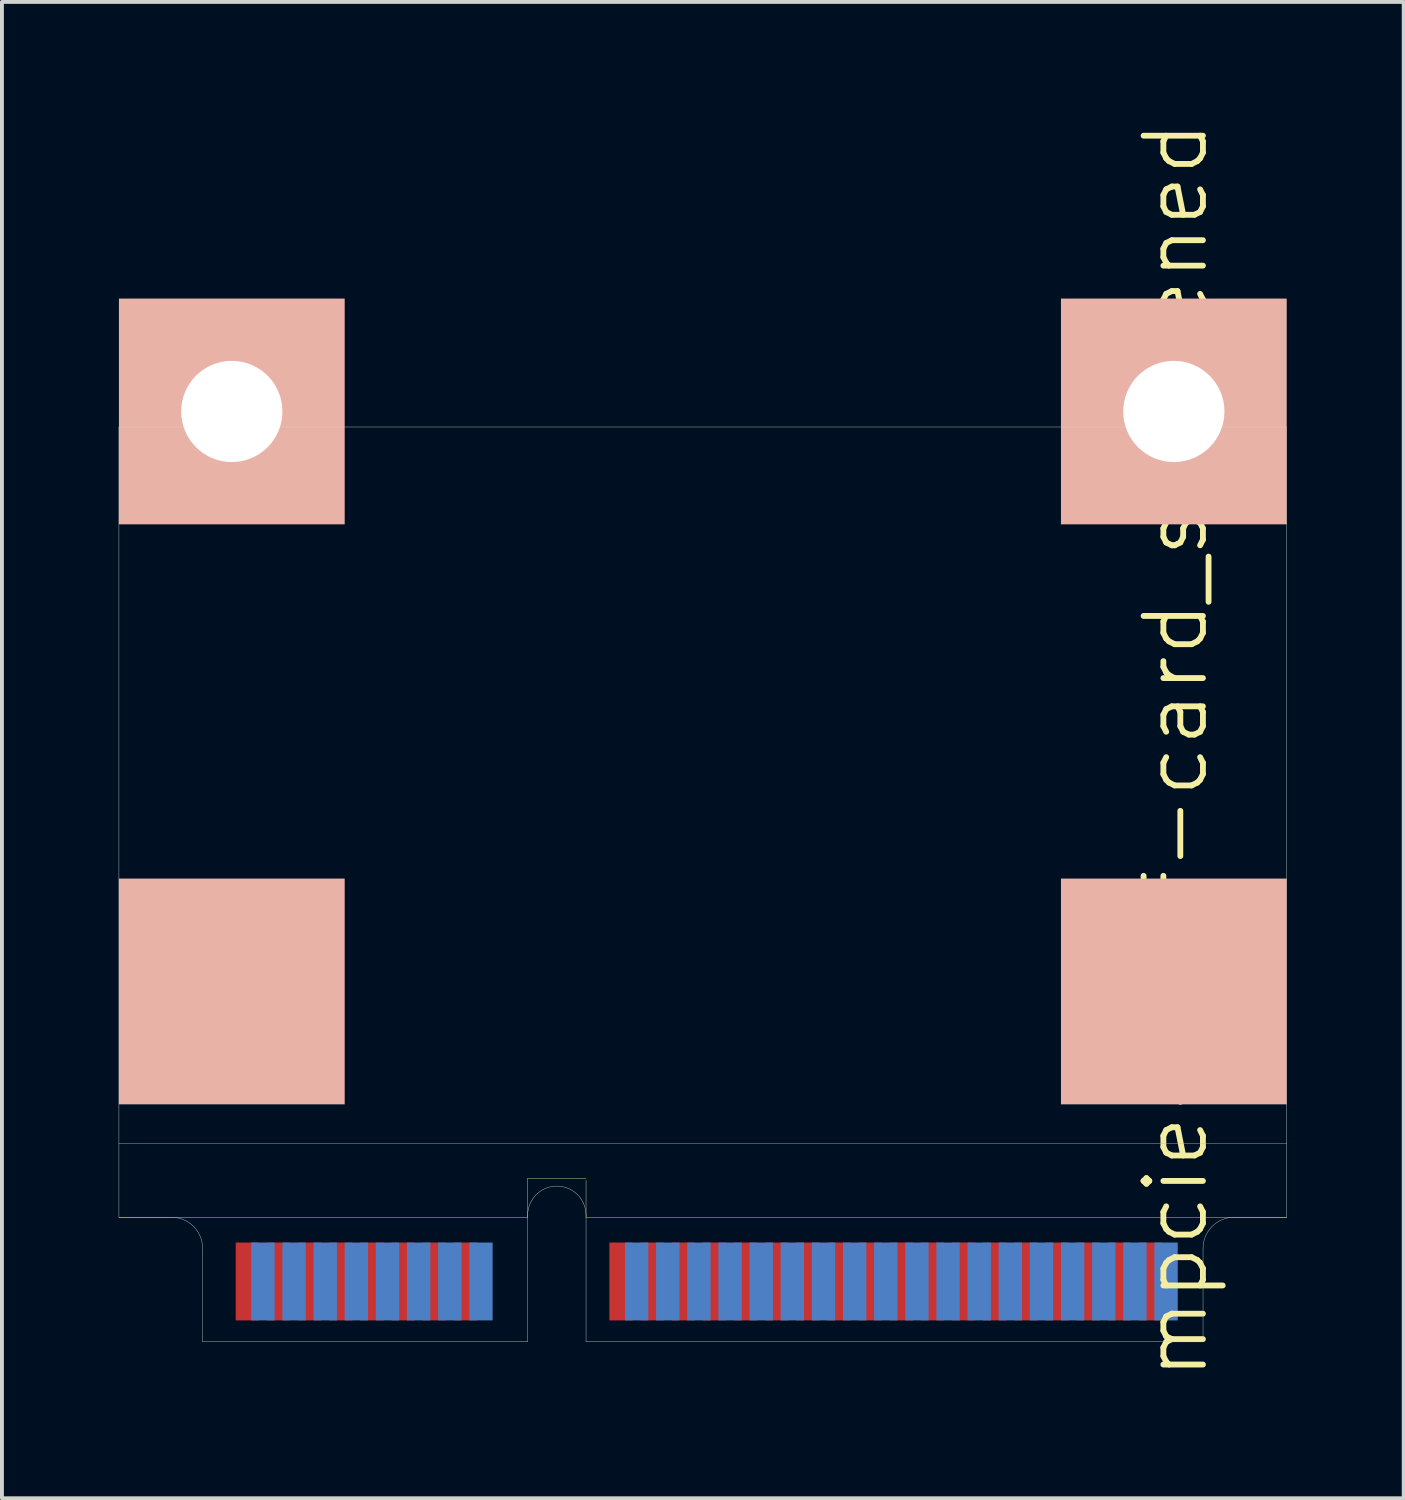
<source format=kicad_pcb>
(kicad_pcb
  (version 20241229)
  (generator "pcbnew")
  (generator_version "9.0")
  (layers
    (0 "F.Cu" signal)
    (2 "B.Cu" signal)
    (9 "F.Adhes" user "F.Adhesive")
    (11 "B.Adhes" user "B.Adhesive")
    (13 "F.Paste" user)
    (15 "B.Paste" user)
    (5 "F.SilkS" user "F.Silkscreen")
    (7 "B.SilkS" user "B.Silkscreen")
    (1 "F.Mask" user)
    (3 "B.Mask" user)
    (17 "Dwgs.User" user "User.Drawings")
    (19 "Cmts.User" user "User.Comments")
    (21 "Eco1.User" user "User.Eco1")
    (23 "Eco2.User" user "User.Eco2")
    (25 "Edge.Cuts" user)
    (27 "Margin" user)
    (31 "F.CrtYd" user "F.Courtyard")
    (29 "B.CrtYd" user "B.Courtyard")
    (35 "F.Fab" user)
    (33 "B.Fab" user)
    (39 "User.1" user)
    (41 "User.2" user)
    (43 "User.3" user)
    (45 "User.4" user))
  (footprint "mpcie-half-card_shortened"
    (layer "F.Cu")
    (at 15.005 31.42)
    (property "Reference" "mpcie-half-card_shortened" (at 12.15 -15.2 90) (layer "F.SilkS") (effects (font (size 1.524 1.524) (thickness 0.15))))
    (attr through_hole)
    (fp_line (start -15 -3.2) (end -4.5 -3.2) (stroke (width 0.01) (type solid)) (layer "F.SilkS"))
    (fp_line (start -4.5 -4.2) (end -3 -4.2) (stroke (width 0.01) (type solid)) (layer "F.SilkS"))
    (fp_line (start -4.5 -3.2) (end -4.5 -4.2) (stroke (width 0.01) (type solid)) (layer "F.SilkS"))
    (fp_line (start -3 -4.15) (end -3 -3.2) (stroke (width 0.01) (type solid)) (layer "F.SilkS"))
    (fp_line (start -3 -3.2) (end 15 -3.2) (stroke (width 0.01) (type solid)) (layer "F.SilkS"))
    (fp_line (start -15 -5.1) (end 15 -5.1) (stroke (width 0.01) (type solid)) (layer "B.SilkS"))
    (fp_line (start -3.75 -4.5) (end -3.75 -0.15) (stroke (width 0.01) (type solid)) (layer "Eco1.User"))
    (fp_line (start 0 0) (end 0 -26.8) (stroke (width 0.01) (type solid)) (layer "Eco1.User"))
    (fp_line (start -15 -23.5) (end -15 -3.2) (stroke (width 0.01) (type solid)) (layer "Edge.Cuts"))
    (fp_line (start -13.65 -3.2) (end -15 -3.2) (stroke (width 0.01) (type solid)) (layer "Edge.Cuts"))
    (fp_line (start -12.85 0) (end -12.85 -2.4) (stroke (width 0.01) (type solid)) (layer "Edge.Cuts"))
    (fp_line (start -4.5 0) (end -12.85 0) (stroke (width 0.01) (type solid)) (layer "Edge.Cuts"))
    (fp_line (start -4.5 0) (end -4.5 -3.25) (stroke (width 0.01) (type solid)) (layer "Edge.Cuts"))
    (fp_line (start -3 0) (end -3 -3.25) (stroke (width 0.01) (type solid)) (layer "Edge.Cuts"))
    (fp_line (start -3 0) (end 12.85 0) (stroke (width 0.01) (type solid)) (layer "Edge.Cuts"))
    (fp_line (start 12.85 0) (end 12.85 -2.4) (stroke (width 0.01) (type solid)) (layer "Edge.Cuts"))
    (fp_line (start 15 -23.5) (end -15 -23.5) (stroke (width 0.01) (type solid)) (layer "Edge.Cuts"))
    (fp_line (start 15 -3.2) (end 13.65 -3.2) (stroke (width 0.01) (type solid)) (layer "Edge.Cuts"))
    (fp_line (start 15 -3.2) (end 15 -23.5) (stroke (width 0.01) (type solid)) (layer "Edge.Cuts"))
    (fp_arc (start -13.65 -3.2) (mid -13.084315 -2.965685) (end -12.85 -2.4) (stroke (width 0.01) (type solid)) (layer "Edge.Cuts"))
    (fp_arc (start -4.5 -3.25) (mid -3.75 -4) (end -3 -3.25) (stroke (width 0.01) (type solid)) (layer "Edge.Cuts"))
    (fp_arc (start 12.85 -2.4) (mid 13.084315 -2.965685) (end 13.65 -3.2) (stroke (width 0.01) (type solid)) (layer "Edge.Cuts"))
    (fp_text user "Center" (at -0.2 -14.35 90) (layer "Eco1.User") (effects (font (size 0.25 0.25) (thickness 0.025))))
    (pad "" np_thru_hole circle (at -12.1 -23.9) (size 2.6 2.6) (drill 2.6) (layers "*.Cu" "*.Mask" "F.SilkS"))
    (pad "" connect rect (at -12.1 -23.9) (size 5.8 5.8) (layers "B.SilkS"))
    (pad "" connect rect (at -12.1 -9) (size 5.8 5.8) (layers "B.SilkS"))
    (pad "" np_thru_hole circle (at 12.1 -23.9) (size 2.6 2.6) (drill 2.6) (layers "*.Cu" "*.Mask" "F.SilkS"))
    (pad "" connect rect (at 12.1 -23.9) (size 5.8 5.8) (layers "B.SilkS"))
    (pad "" connect rect (at 12.1 -9) (size 5.8 5.8) (layers "B.SilkS"))
    (pad "1" smd rect (at -11.7 -1.55) (size 0.6 2) (layers "F.Cu" "F.Mask" "F.Paste"))
    (pad "2" smd rect (at -11.3 -1.55) (size 0.6 2) (layers "B.Cu" "B.Mask" "B.Paste"))
    (pad "3" smd rect (at -10.9 -1.55) (size 0.6 2) (layers "F.Cu" "F.Mask" "F.Paste"))
    (pad "4" smd rect (at -10.5 -1.55) (size 0.6 2) (layers "B.Cu" "B.Mask" "B.Paste"))
    (pad "5" smd rect (at -10.1 -1.55) (size 0.6 2) (layers "F.Cu" "F.Mask" "F.Paste"))
    (pad "6" smd rect (at -9.7 -1.55) (size 0.6 2) (layers "B.Cu" "B.Mask" "B.Paste"))
    (pad "7" smd rect (at -9.3 -1.55) (size 0.6 2) (layers "F.Cu" "F.Mask" "F.Paste"))
    (pad "8" smd rect (at -8.9 -1.55) (size 0.6 2) (layers "B.Cu" "B.Mask" "B.Paste"))
    (pad "9" smd rect (at -8.5 -1.55) (size 0.6 2) (layers "F.Cu" "F.Mask" "F.Paste"))
    (pad "10" smd rect (at -8.1 -1.55) (size 0.6 2) (layers "B.Cu" "B.Mask" "B.Paste"))
    (pad "11" smd rect (at -7.7 -1.55) (size 0.6 2) (layers "F.Cu" "F.Mask" "F.Paste"))
    (pad "12" smd rect (at -7.3 -1.55) (size 0.6 2) (layers "B.Cu" "B.Mask" "B.Paste"))
    (pad "13" smd rect (at -6.9 -1.55) (size 0.6 2) (layers "F.Cu" "F.Mask" "F.Paste"))
    (pad "14" smd rect (at -6.5 -1.55) (size 0.6 2) (layers "B.Cu" "B.Mask" "B.Paste"))
    (pad "15" smd rect (at -6.1 -1.55) (size 0.6 2) (layers "F.Cu" "F.Mask" "F.Paste"))
    (pad "16" smd rect (at -5.7 -1.55) (size 0.6 2) (layers "B.Cu" "B.Mask" "B.Paste"))
    (pad "17" smd rect (at -2.1 -1.55) (size 0.6 2) (layers "F.Cu" "F.Mask" "F.Paste"))
    (pad "18" smd rect (at -1.7 -1.55) (size 0.6 2) (layers "B.Cu" "B.Mask" "B.Paste"))
    (pad "19" smd rect (at -1.3 -1.55) (size 0.6 2) (layers "F.Cu" "F.Mask" "F.Paste"))
    (pad "20" smd rect (at -0.9 -1.55) (size 0.6 2) (layers "B.Cu" "B.Mask" "B.Paste"))
    (pad "21" smd rect (at -0.5 -1.55) (size 0.6 2) (layers "F.Cu" "F.Mask" "F.Paste"))
    (pad "22" smd rect (at -0.1 -1.55) (size 0.6 2) (layers "B.Cu" "B.Mask" "B.Paste"))
    (pad "23" smd rect (at 0.3 -1.55) (size 0.6 2) (layers "F.Cu" "F.Mask" "F.Paste"))
    (pad "24" smd rect (at 0.7 -1.55) (size 0.6 2) (layers "B.Cu" "B.Mask" "B.Paste"))
    (pad "25" smd rect (at 1.1 -1.55) (size 0.6 2) (layers "F.Cu" "F.Mask" "F.Paste"))
    (pad "26" smd rect (at 1.5 -1.55) (size 0.6 2) (layers "B.Cu" "B.Mask" "B.Paste"))
    (pad "27" smd rect (at 1.9 -1.55) (size 0.6 2) (layers "F.Cu" "F.Mask" "F.Paste"))
    (pad "28" smd rect (at 2.3 -1.55) (size 0.6 2) (layers "B.Cu" "B.Mask" "B.Paste"))
    (pad "29" smd rect (at 2.7 -1.55) (size 0.6 2) (layers "F.Cu" "F.Mask" "F.Paste"))
    (pad "30" smd rect (at 3.1 -1.55) (size 0.6 2) (layers "B.Cu" "B.Mask" "B.Paste"))
    (pad "31" smd rect (at 3.5 -1.55) (size 0.6 2) (layers "F.Cu" "F.Mask" "F.Paste"))
    (pad "32" smd rect (at 3.9 -1.55) (size 0.6 2) (layers "B.Cu" "B.Mask" "B.Paste"))
    (pad "33" smd rect (at 4.3 -1.55) (size 0.6 2) (layers "F.Cu" "F.Mask" "F.Paste"))
    (pad "34" smd rect (at 4.7 -1.55) (size 0.6 2) (layers "B.Cu" "B.Mask" "B.Paste"))
    (pad "35" smd rect (at 5.1 -1.55) (size 0.6 2) (layers "F.Cu" "F.Mask" "F.Paste"))
    (pad "36" smd rect (at 5.5 -1.55) (size 0.6 2) (layers "B.Cu" "B.Mask" "B.Paste"))
    (pad "37" smd rect (at 5.9 -1.55) (size 0.6 2) (layers "F.Cu" "F.Mask" "F.Paste"))
    (pad "38" smd rect (at 6.3 -1.55) (size 0.6 2) (layers "B.Cu" "B.Mask" "B.Paste"))
    (pad "39" smd rect (at 6.7 -1.55) (size 0.6 2) (layers "F.Cu" "F.Mask" "F.Paste"))
    (pad "40" smd rect (at 7.1 -1.55) (size 0.6 2) (layers "B.Cu" "B.Mask" "B.Paste"))
    (pad "41" smd rect (at 7.5 -1.55) (size 0.6 2) (layers "F.Cu" "F.Mask" "F.Paste"))
    (pad "42" smd rect (at 7.9 -1.55) (size 0.6 2) (layers "B.Cu" "B.Mask" "B.Paste"))
    (pad "43" smd rect (at 8.3 -1.55) (size 0.6 2) (layers "F.Cu" "F.Mask" "F.Paste"))
    (pad "44" smd rect (at 8.7 -1.55) (size 0.6 2) (layers "B.Cu" "B.Mask" "B.Paste"))
    (pad "45" smd rect (at 9.1 -1.55) (size 0.6 2) (layers "F.Cu" "F.Mask" "F.Paste"))
    (pad "46" smd rect (at 9.5 -1.55) (size 0.6 2) (layers "B.Cu" "B.Mask" "B.Paste"))
    (pad "47" smd rect (at 9.9 -1.55) (size 0.6 2) (layers "F.Cu" "F.Mask" "F.Paste"))
    (pad "48" smd rect (at 10.3 -1.55) (size 0.6 2) (layers "B.Cu" "B.Mask" "B.Paste"))
    (pad "49" smd rect (at 10.7 -1.55) (size 0.6 2) (layers "F.Cu" "F.Mask" "F.Paste"))
    (pad "50" smd rect (at 11.1 -1.55) (size 0.6 2) (layers "B.Cu" "B.Mask" "B.Paste"))
    (pad "51" smd rect (at 11.5 -1.55) (size 0.6 2) (layers "F.Cu" "F.Mask" "F.Paste"))
    (pad "52" smd rect (at 11.9 -1.55) (size 0.6 2) (layers "B.Cu" "B.Mask" "B.Paste")))
  (gr_rect
    (start -3 -3)
    (end 33.01 35.439)
    (stroke (width 0.1) (type default))
    (fill no)
    (layer "Edge.Cuts")))
</source>
